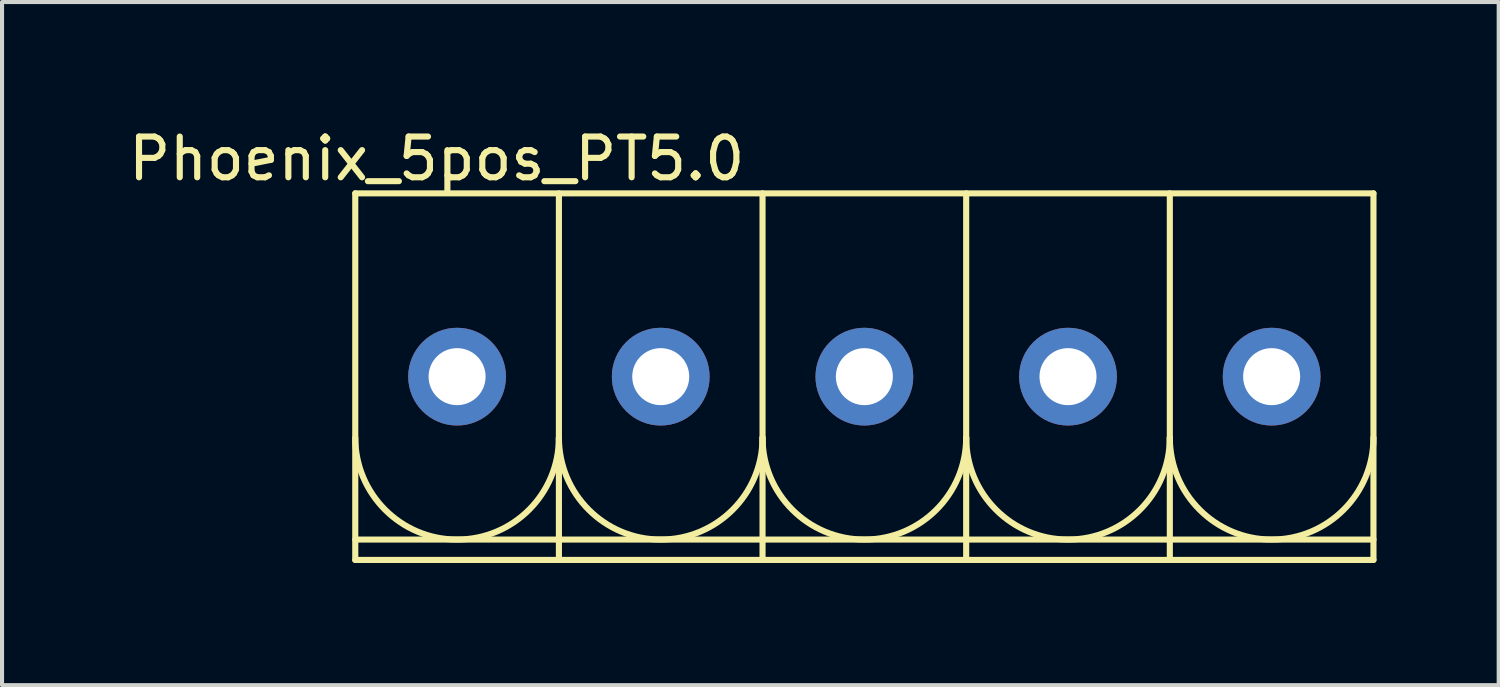
<source format=kicad_pcb>
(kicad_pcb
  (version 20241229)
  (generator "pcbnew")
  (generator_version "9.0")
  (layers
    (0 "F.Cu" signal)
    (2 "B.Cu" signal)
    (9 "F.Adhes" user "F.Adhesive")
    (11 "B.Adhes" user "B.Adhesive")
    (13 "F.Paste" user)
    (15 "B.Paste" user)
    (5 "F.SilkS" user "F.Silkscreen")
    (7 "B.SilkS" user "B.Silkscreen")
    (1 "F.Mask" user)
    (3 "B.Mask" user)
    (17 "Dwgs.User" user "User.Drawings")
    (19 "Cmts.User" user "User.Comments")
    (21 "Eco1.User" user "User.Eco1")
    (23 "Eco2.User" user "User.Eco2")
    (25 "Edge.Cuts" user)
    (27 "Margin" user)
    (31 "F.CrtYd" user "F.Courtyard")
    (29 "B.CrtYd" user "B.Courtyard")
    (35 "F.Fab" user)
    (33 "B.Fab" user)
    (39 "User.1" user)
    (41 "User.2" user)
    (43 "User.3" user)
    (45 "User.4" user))
  (footprint "Phoenix_5pos_PT5.0"
    (layer "F.Cu")
    (at 18.173 6.198)
    (property "Reference" "Phoenix_5pos_PT5.0" (at -10.5 -5.35 0) (layer "F.SilkS") (effects (font (size 1 1) (thickness 0.15))))
    (attr through_hole)
    (fp_line (start -12.5 -4.5) (end -12.5 4.5) (stroke (width 0.15) (type solid)) (layer "F.SilkS"))
    (fp_line (start -12.5 -4.5) (end 12.5 -4.5) (stroke (width 0.15) (type solid)) (layer "F.SilkS"))
    (fp_line (start -12.5 4) (end 12.5 4) (stroke (width 0.15) (type solid)) (layer "F.SilkS"))
    (fp_line (start -7.5 -4.5) (end -7.5 4.5) (stroke (width 0.15) (type solid)) (layer "F.SilkS"))
    (fp_line (start -2.5 -4.5) (end -2.5 4.5) (stroke (width 0.15) (type solid)) (layer "F.SilkS"))
    (fp_line (start 2.5 -4.5) (end 2.5 4.5) (stroke (width 0.15) (type solid)) (layer "F.SilkS"))
    (fp_line (start 7.5 -4.5) (end 7.5 4.5) (stroke (width 0.15) (type solid)) (layer "F.SilkS"))
    (fp_line (start 12.5 -4.5) (end 12.5 4.5) (stroke (width 0.15) (type solid)) (layer "F.SilkS"))
    (fp_line (start 12.5 4.5) (end -12.5 4.5) (stroke (width 0.15) (type solid)) (layer "F.SilkS"))
    (fp_arc (start -7.5 1.5) (mid -10 4) (end -12.5 1.5) (stroke (width 0.15) (type solid)) (layer "F.SilkS"))
    (fp_arc (start -2.5 1.5) (mid -5 4) (end -7.5 1.5) (stroke (width 0.15) (type solid)) (layer "F.SilkS"))
    (fp_arc (start 2.5 1.5) (mid 0 4) (end -2.5 1.5) (stroke (width 0.15) (type solid)) (layer "F.SilkS"))
    (fp_arc (start 7.5 1.5) (mid 5 4) (end 2.5 1.5) (stroke (width 0.15) (type solid)) (layer "F.SilkS"))
    (fp_arc (start 12.5 1.5) (mid 10 4) (end 7.5 1.5) (stroke (width 0.15) (type solid)) (layer "F.SilkS"))
    (pad "1" thru_hole circle (at -10 0) (size 2.4 2.4) (drill 1.4) (layers "*.Cu" "*.Mask"))
    (pad "2" thru_hole circle (at -5 0) (size 2.4 2.4) (drill 1.4) (layers "*.Cu" "*.Mask"))
    (pad "3" thru_hole circle (at 0 0) (size 2.4 2.4) (drill 1.4) (layers "*.Cu" "*.Mask"))
    (pad "4" thru_hole circle (at 5 0) (size 2.4 2.4) (drill 1.4) (layers "*.Cu" "*.Mask"))
    (pad "5" thru_hole circle (at 10 0) (size 2.4 2.4) (drill 1.4) (layers "*.Cu" "*.Mask")))
  (gr_rect
    (start -3 -3)
    (end 33.748 13.773)
    (stroke (width 0.1) (type default))
    (fill no)
    (layer "Edge.Cuts")))
</source>
